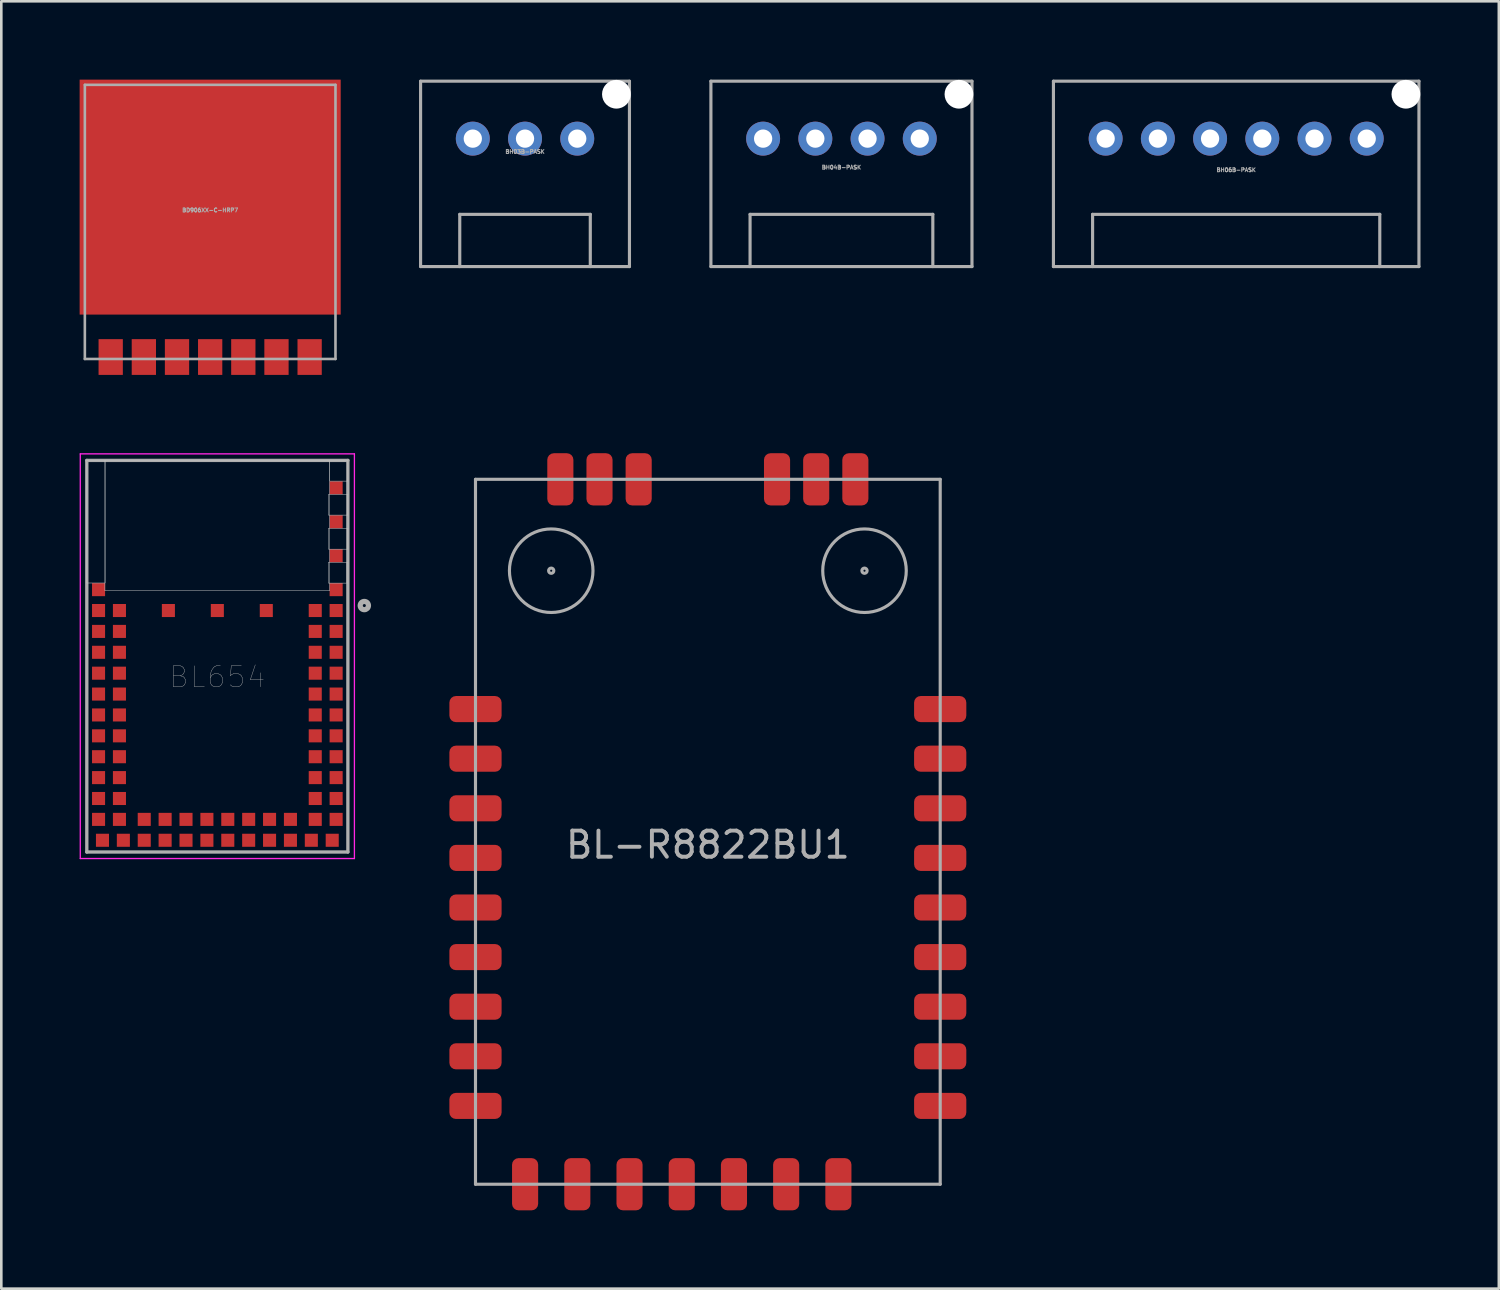
<source format=kicad_pcb>
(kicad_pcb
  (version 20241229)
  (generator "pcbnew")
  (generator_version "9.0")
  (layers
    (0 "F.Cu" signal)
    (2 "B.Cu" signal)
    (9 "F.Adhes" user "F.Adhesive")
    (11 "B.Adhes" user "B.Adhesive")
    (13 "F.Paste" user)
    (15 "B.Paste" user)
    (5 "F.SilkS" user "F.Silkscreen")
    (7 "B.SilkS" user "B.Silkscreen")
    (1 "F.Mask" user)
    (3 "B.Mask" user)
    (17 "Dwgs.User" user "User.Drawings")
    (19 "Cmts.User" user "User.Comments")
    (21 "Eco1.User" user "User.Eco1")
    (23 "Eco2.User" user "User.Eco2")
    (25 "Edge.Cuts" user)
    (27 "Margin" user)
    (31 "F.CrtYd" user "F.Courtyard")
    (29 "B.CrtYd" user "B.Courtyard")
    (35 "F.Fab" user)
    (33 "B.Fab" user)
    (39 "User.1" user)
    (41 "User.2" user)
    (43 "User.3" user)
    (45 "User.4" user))
  (footprint "BH06B-PASK"
    (layer "F.Cu")
    (at 44.3 2.26)
    (property "Reference" "BH06B-PASK" (at 0 1.2 0) (layer "F.Fab") (effects (font (size 0.15 0.15) (thickness 0.037))))
    (attr through_hole)
    (fp_line (start -7 -2.2) (end -7 4.9) (stroke (width 0.12) (type solid)) (layer "F.Fab"))
    (fp_line (start -7 4.9) (end 7 4.9) (stroke (width 0.12) (type solid)) (layer "F.Fab"))
    (fp_line (start -5.5 2.9) (end 5.5 2.9) (stroke (width 0.12) (type solid)) (layer "F.Fab"))
    (fp_line (start -5.5 4.9) (end -5.5 2.9) (stroke (width 0.12) (type solid)) (layer "F.Fab"))
    (fp_line (start 5.5 2.9) (end 5.5 4.9) (stroke (width 0.12) (type solid)) (layer "F.Fab"))
    (fp_line (start 7 -2.2) (end -7 -2.2) (stroke (width 0.12) (type solid)) (layer "F.Fab"))
    (fp_line (start 7 4.9) (end 7 -2.2) (stroke (width 0.12) (type solid)) (layer "F.Fab"))
    (pad "" np_thru_hole circle (at 6.5 -1.7) (size 1.1 1.1) (drill 1.1) (layers "*.Cu" "*.Mask"))
    (pad "1" thru_hole circle (at 5 0) (size 1.3 1.3) (drill 0.7) (layers "*.Cu" "*.Mask"))
    (pad "2" thru_hole circle (at 3 0) (size 1.3 1.3) (drill 0.7) (layers "*.Cu" "*.Mask"))
    (pad "3" thru_hole circle (at 1 0) (size 1.3 1.3) (drill 0.7) (layers "*.Cu" "*.Mask"))
    (pad "4" thru_hole circle (at -1 0) (size 1.3 1.3) (drill 0.7) (layers "*.Cu" "*.Mask"))
    (pad "5" thru_hole circle (at -3 0) (size 1.3 1.3) (drill 0.7) (layers "*.Cu" "*.Mask"))
    (pad "6" thru_hole circle (at -5 0) (size 1.3 1.3) (drill 0.7) (layers "*.Cu" "*.Mask")))
  (footprint "BL-R8822BU1"
    (layer "F.Cu")
    (at 24.063 28.81)
    (property "Reference" "BL-R8822BU1" (at 0 0.5 0) (layer "F.Fab") (effects (font (size 1 1) (thickness 0.15))))
    (attr through_hole)
    (fp_line (start -8.9 -13.5) (end -8.9 13.5) (stroke (width 0.12) (type solid)) (layer "F.Fab"))
    (fp_line (start -8.9 13.5) (end 8.9 13.5) (stroke (width 0.12) (type solid)) (layer "F.Fab"))
    (fp_line (start 8.9 -13.5) (end -8.9 -13.5) (stroke (width 0.12) (type solid)) (layer "F.Fab"))
    (fp_line (start 8.9 13.5) (end 8.9 -13.5) (stroke (width 0.12) (type solid)) (layer "F.Fab"))
    (fp_circle (center -6 -10) (end -5.9 -10) (stroke (width 0.12) (type solid)) (fill no) (layer "F.Fab"))
    (fp_circle (center -6 -10) (end -4.4 -10) (stroke (width 0.12) (type solid)) (fill no) (layer "F.Fab"))
    (fp_circle (center 6 -10) (end 6.1 -10) (stroke (width 0.12) (type solid)) (fill no) (layer "F.Fab"))
    (fp_circle (center 6 -10) (end 7.6 -10) (stroke (width 0.12) (type solid)) (fill no) (layer "F.Fab"))
    (pad "1" smd roundrect (at 5.65 -13.5) (size 1 2) (layers "F.Cu" "F.Mask" "F.Paste") (roundrect_rratio 0.25))
    (pad "2" smd roundrect (at 4.15 -13.5) (size 1 2) (layers "F.Cu" "F.Mask" "F.Paste") (roundrect_rratio 0.25))
    (pad "3" smd roundrect (at 2.65 -13.5) (size 1 2) (layers "F.Cu" "F.Mask" "F.Paste") (roundrect_rratio 0.25))
    (pad "4" smd roundrect (at -2.65 -13.5) (size 1 2) (layers "F.Cu" "F.Mask" "F.Paste") (roundrect_rratio 0.25))
    (pad "5" smd roundrect (at -4.15 -13.5) (size 1 2) (layers "F.Cu" "F.Mask" "F.Paste") (roundrect_rratio 0.25))
    (pad "6" smd roundrect (at -5.65 -13.5) (size 1 2) (layers "F.Cu" "F.Mask" "F.Paste") (roundrect_rratio 0.25))
    (pad "7" smd roundrect (at -8.9 -4.7 90) (size 1 2) (layers "F.Cu" "F.Mask" "F.Paste") (roundrect_rratio 0.25))
    (pad "8" smd roundrect (at -8.9 -2.8 90) (size 1 2) (layers "F.Cu" "F.Mask" "F.Paste") (roundrect_rratio 0.25))
    (pad "9" smd roundrect (at -8.9 -0.9 90) (size 1 2) (layers "F.Cu" "F.Mask" "F.Paste") (roundrect_rratio 0.25))
    (pad "10" smd roundrect (at -8.9 1 90) (size 1 2) (layers "F.Cu" "F.Mask" "F.Paste") (roundrect_rratio 0.25))
    (pad "11" smd roundrect (at -8.9 2.9 90) (size 1 2) (layers "F.Cu" "F.Mask" "F.Paste") (roundrect_rratio 0.25))
    (pad "12" smd roundrect (at -8.9 4.8 90) (size 1 2) (layers "F.Cu" "F.Mask" "F.Paste") (roundrect_rratio 0.25))
    (pad "13" smd roundrect (at -8.9 6.7 90) (size 1 2) (layers "F.Cu" "F.Mask" "F.Paste") (roundrect_rratio 0.25))
    (pad "14" smd roundrect (at -8.9 8.6 90) (size 1 2) (layers "F.Cu" "F.Mask" "F.Paste") (roundrect_rratio 0.25))
    (pad "15" smd roundrect (at -8.9 10.5 90) (size 1 2) (layers "F.Cu" "F.Mask" "F.Paste") (roundrect_rratio 0.25))
    (pad "16" smd roundrect (at -7 13.5) (size 1 2) (layers "F.Cu" "F.Mask" "F.Paste") (roundrect_rratio 0.25))
    (pad "17" smd roundrect (at -5 13.5) (size 1 2) (layers "F.Cu" "F.Mask" "F.Paste") (roundrect_rratio 0.25))
    (pad "18" smd roundrect (at -3 13.5) (size 1 2) (layers "F.Cu" "F.Mask" "F.Paste") (roundrect_rratio 0.25))
    (pad "19" smd roundrect (at -1 13.5) (size 1 2) (layers "F.Cu" "F.Mask" "F.Paste") (roundrect_rratio 0.25))
    (pad "20" smd roundrect (at 1 13.5) (size 1 2) (layers "F.Cu" "F.Mask" "F.Paste") (roundrect_rratio 0.25))
    (pad "21" smd roundrect (at 3 13.5) (size 1 2) (layers "F.Cu" "F.Mask" "F.Paste") (roundrect_rratio 0.25))
    (pad "22" smd roundrect (at 5 13.5) (size 1 2) (layers "F.Cu" "F.Mask" "F.Paste") (roundrect_rratio 0.25))
    (pad "23" smd roundrect (at 8.9 10.5 90) (size 1 2) (layers "F.Cu" "F.Mask" "F.Paste") (roundrect_rratio 0.25))
    (pad "24" smd roundrect (at 8.9 8.6 90) (size 1 2) (layers "F.Cu" "F.Mask" "F.Paste") (roundrect_rratio 0.25))
    (pad "25" smd roundrect (at 8.9 6.7 90) (size 1 2) (layers "F.Cu" "F.Mask" "F.Paste") (roundrect_rratio 0.25))
    (pad "26" smd roundrect (at 8.9 4.8 90) (size 1 2) (layers "F.Cu" "F.Mask" "F.Paste") (roundrect_rratio 0.25))
    (pad "27" smd roundrect (at 8.9 2.9 90) (size 1 2) (layers "F.Cu" "F.Mask" "F.Paste") (roundrect_rratio 0.25))
    (pad "28" smd roundrect (at 8.9 1 90) (size 1 2) (layers "F.Cu" "F.Mask" "F.Paste") (roundrect_rratio 0.25))
    (pad "29" smd roundrect (at 8.9 -0.9 90) (size 1 2) (layers "F.Cu" "F.Mask" "F.Paste") (roundrect_rratio 0.25))
    (pad "30" smd roundrect (at 8.9 -2.8 90) (size 1 2) (layers "F.Cu" "F.Mask" "F.Paste") (roundrect_rratio 0.25))
    (pad "31" smd roundrect (at 8.9 -4.7 90) (size 1 2) (layers "F.Cu" "F.Mask" "F.Paste") (roundrect_rratio 0.25)))
  (footprint "BH03B-PASK"
    (layer "F.Cu")
    (at 17.06 2.26)
    (property "Reference" "BH03B-PASK" (at 0 0.5 0) (layer "F.Fab") (effects (font (size 0.15 0.15) (thickness 0.037))))
    (attr through_hole)
    (fp_line (start -4 -2.2) (end -4 4.9) (stroke (width 0.12) (type solid)) (layer "F.Fab"))
    (fp_line (start -4 4.9) (end 4 4.9) (stroke (width 0.12) (type solid)) (layer "F.Fab"))
    (fp_line (start -2.5 2.9) (end 2.5 2.9) (stroke (width 0.12) (type solid)) (layer "F.Fab"))
    (fp_line (start -2.5 4.9) (end -2.5 2.9) (stroke (width 0.12) (type solid)) (layer "F.Fab"))
    (fp_line (start 2.5 2.9) (end 2.5 4.9) (stroke (width 0.12) (type solid)) (layer "F.Fab"))
    (fp_line (start 4 -2.2) (end -4 -2.2) (stroke (width 0.12) (type solid)) (layer "F.Fab"))
    (fp_line (start 4 4.9) (end 4 -2.2) (stroke (width 0.12) (type solid)) (layer "F.Fab"))
    (pad "" np_thru_hole circle (at 3.5 -1.7) (size 1.1 1.1) (drill 1.1) (layers "*.Cu" "*.Mask"))
    (pad "1" thru_hole circle (at 2 0) (size 1.3 1.3) (drill 0.7) (layers "*.Cu" "*.Mask"))
    (pad "2" thru_hole circle (at 0 0) (size 1.3 1.3) (drill 0.7) (layers "*.Cu" "*.Mask"))
    (pad "3" thru_hole circle (at -2 0) (size 1.3 1.3) (drill 0.7) (layers "*.Cu" "*.Mask")))
  (footprint "BD906XX-C-HRP7"
    (layer "F.Cu")
    (at 5 4.5)
    (property "Reference" "BD906XX-C-HRP7" (at 0 0.5 0) (layer "F.Fab") (effects (font (size 0.15 0.15) (thickness 0.037))))
    (attr through_hole)
    (fp_line (start -4.8 -4.3) (end -4.8 6.2) (stroke (width 0.1) (type solid)) (layer "F.Fab"))
    (fp_line (start -4.8 6.2) (end 4.8 6.2) (stroke (width 0.1) (type solid)) (layer "F.Fab"))
    (fp_line (start 4.8 -4.3) (end -4.8 -4.3) (stroke (width 0.1) (type solid)) (layer "F.Fab"))
    (fp_line (start 4.8 6.2) (end 4.8 -4.3) (stroke (width 0.1) (type solid)) (layer "F.Fab"))
    (pad "1" smd rect (at -3.81 6.125) (size 0.93 1.37) (layers "F.Cu" "F.Mask" "F.Paste"))
    (pad "2" smd rect (at -2.54 6.125) (size 0.93 1.37) (layers "F.Cu" "F.Mask" "F.Paste"))
    (pad "3" smd rect (at -1.27 6.125) (size 0.93 1.37) (layers "F.Cu" "F.Mask" "F.Paste"))
    (pad "4" smd rect (at 0 6.125) (size 0.93 1.37) (layers "F.Cu" "F.Mask" "F.Paste"))
    (pad "5" smd rect (at 1.27 6.125) (size 0.93 1.37) (layers "F.Cu" "F.Mask" "F.Paste"))
    (pad "6" smd rect (at 2.54 6.125) (size 0.93 1.37) (layers "F.Cu" "F.Mask" "F.Paste"))
    (pad "7" smd rect (at 3.81 6.125) (size 0.93 1.37) (layers "F.Cu" "F.Mask" "F.Paste"))
    (pad "EXP" smd rect (at 0 0) (size 10 9) (layers "F.Cu" "F.Mask" "F.Paste")))
  (footprint "BL654"
    (layer "F.Cu")
    (at 5.275 22.085)
    (property "Reference" "BL654" (at 0 0.8 0) (layer "F.Fab") (effects (font (size 0.803 0.803) (thickness 0.015))))
    (attr through_hole)
    (fp_poly (pts (xy -5.008 -7.5) (xy -4.3 -7.5) (xy -4.3 -2.804) (xy -5.008 -2.804)) (stroke (width 0.01) (type solid)) (fill no) (layer "Dwgs.User"))
    (fp_poly (pts (xy -5.007 -7.5) (xy -4.3 -7.5) (xy -4.3 -2.804) (xy -5.007 -2.804)) (stroke (width 0.01) (type solid)) (fill no) (layer "Dwgs.User"))
    (fp_poly (pts (xy -4.306 -7.5) (xy 4.3 -7.5) (xy 4.3 -2.503) (xy -4.306 -2.503)) (stroke (width 0.01) (type solid)) (fill no) (layer "Dwgs.User"))
    (fp_poly (pts (xy -4.305 -7.5) (xy 4.3 -7.5) (xy 4.3 -2.503) (xy -4.305 -2.503)) (stroke (width 0.01) (type solid)) (fill no) (layer "Dwgs.User"))
    (fp_poly (pts (xy 4.251 -3.6) (xy 5 -3.6) (xy 5 -2.8) (xy 4.251 -2.8)) (stroke (width 0.01) (type solid)) (fill no) (layer "Dwgs.User"))
    (fp_poly (pts (xy 4.252 -6.2) (xy 5 -6.2) (xy 5 -5.403) (xy 4.252 -5.403)) (stroke (width 0.01) (type solid)) (fill no) (layer "Dwgs.User"))
    (fp_poly (pts (xy 4.252 -4.9) (xy 5 -4.9) (xy 5 -4.102) (xy 4.252 -4.102)) (stroke (width 0.01) (type solid)) (fill no) (layer "Dwgs.User"))
    (fp_poly (pts (xy 4.255 -4.9) (xy 5 -4.9) (xy 5 -4.104) (xy 4.255 -4.104)) (stroke (width 0.01) (type solid)) (fill no) (layer "Dwgs.User"))
    (fp_poly (pts (xy 4.256 -3.6) (xy 4.95 -3.6) (xy 4.95 -2.804) (xy 4.256 -2.804)) (stroke (width 0.01) (type solid)) (fill no) (layer "Dwgs.User"))
    (fp_poly (pts (xy 4.256 -6.2) (xy 5 -6.2) (xy 5 -5.408) (xy 4.256 -5.408)) (stroke (width 0.01) (type solid)) (fill no) (layer "Dwgs.User"))
    (fp_poly (pts (xy 4.305 -7.5) (xy 5 -7.5) (xy 5 -6.707) (xy 4.305 -6.707)) (stroke (width 0.01) (type solid)) (fill no) (layer "Dwgs.User"))
    (fp_poly (pts (xy 4.308 -7.5) (xy 5 -7.5) (xy 5 -6.712) (xy 4.308 -6.712)) (stroke (width 0.01) (type solid)) (fill no) (layer "Dwgs.User"))
    (fp_line (start -5.25 -7.75) (end 5.25 -7.75) (stroke (width 0.05) (type solid)) (layer "F.CrtYd"))
    (fp_line (start -5.25 7.75) (end -5.25 -7.75) (stroke (width 0.05) (type solid)) (layer "F.CrtYd"))
    (fp_line (start 5.25 -7.75) (end 5.25 7.75) (stroke (width 0.05) (type solid)) (layer "F.CrtYd"))
    (fp_line (start 5.25 7.75) (end -5.25 7.75) (stroke (width 0.05) (type solid)) (layer "F.CrtYd"))
    (fp_line (start -5 -7.5) (end -5 7.5) (stroke (width 0.127) (type solid)) (layer "F.Fab"))
    (fp_line (start -5 7.5) (end 5 7.5) (stroke (width 0.127) (type solid)) (layer "F.Fab"))
    (fp_line (start 5 -7.5) (end -5 -7.5) (stroke (width 0.127) (type solid)) (layer "F.Fab"))
    (fp_line (start 5 7.5) (end 5 -7.5) (stroke (width 0.127) (type solid)) (layer "F.Fab"))
    (fp_circle (center 5.63 -1.94) (end 5.788 -1.94) (stroke (width 0.2) (type solid)) (fill no) (layer "F.Fab"))
    (pad "0" smd rect (at 4.55 -2.55) (size 0.5 0.5) (layers "F.Cu" "F.Mask" "F.Paste"))
    (pad "1" smd rect (at 4.55 -1.75) (size 0.5 0.5) (layers "F.Cu" "F.Mask" "F.Paste"))
    (pad "2" smd rect (at 3.75 -1.75) (size 0.5 0.5) (layers "F.Cu" "F.Mask" "F.Paste"))
    (pad "3" smd rect (at 4.55 -0.95) (size 0.5 0.5) (layers "F.Cu" "F.Mask" "F.Paste"))
    (pad "4" smd rect (at 3.75 -0.95) (size 0.5 0.5) (layers "F.Cu" "F.Mask" "F.Paste"))
    (pad "5" smd rect (at 4.55 -0.15) (size 0.5 0.5) (layers "F.Cu" "F.Mask" "F.Paste"))
    (pad "6" smd rect (at 3.75 -0.15) (size 0.5 0.5) (layers "F.Cu" "F.Mask" "F.Paste"))
    (pad "7" smd rect (at 4.55 0.65) (size 0.5 0.5) (layers "F.Cu" "F.Mask" "F.Paste"))
    (pad "8" smd rect (at 3.75 0.65) (size 0.5 0.5) (layers "F.Cu" "F.Mask" "F.Paste"))
    (pad "9" smd rect (at 4.55 1.45) (size 0.5 0.5) (layers "F.Cu" "F.Mask" "F.Paste"))
    (pad "10" smd rect (at 3.75 1.45) (size 0.5 0.5) (layers "F.Cu" "F.Mask" "F.Paste"))
    (pad "11" smd rect (at 4.55 2.25) (size 0.5 0.5) (layers "F.Cu" "F.Mask" "F.Paste"))
    (pad "12" smd rect (at 3.75 2.25) (size 0.5 0.5) (layers "F.Cu" "F.Mask" "F.Paste"))
    (pad "13" smd rect (at 4.55 3.05) (size 0.5 0.5) (layers "F.Cu" "F.Mask" "F.Paste"))
    (pad "14" smd rect (at 3.75 3.05) (size 0.5 0.5) (layers "F.Cu" "F.Mask" "F.Paste"))
    (pad "15" smd rect (at 4.55 3.85) (size 0.5 0.5) (layers "F.Cu" "F.Mask" "F.Paste"))
    (pad "16" smd rect (at 3.75 3.85) (size 0.5 0.5) (layers "F.Cu" "F.Mask" "F.Paste"))
    (pad "17" smd rect (at 4.55 4.65) (size 0.5 0.5) (layers "F.Cu" "F.Mask" "F.Paste"))
    (pad "18" smd rect (at 3.75 4.65) (size 0.5 0.5) (layers "F.Cu" "F.Mask" "F.Paste"))
    (pad "19" smd rect (at 4.55 5.45) (size 0.5 0.5) (layers "F.Cu" "F.Mask" "F.Paste"))
    (pad "20" smd rect (at 3.75 5.45) (size 0.5 0.5) (layers "F.Cu" "F.Mask" "F.Paste"))
    (pad "21" smd rect (at 4.55 6.25) (size 0.5 0.5) (layers "F.Cu" "F.Mask" "F.Paste"))
    (pad "22" smd rect (at 3.75 6.25) (size 0.5 0.5) (layers "F.Cu" "F.Mask" "F.Paste"))
    (pad "23" smd rect (at 4.4 7.05) (size 0.5 0.5) (layers "F.Cu" "F.Mask" "F.Paste"))
    (pad "24" smd rect (at 3.6 7.05) (size 0.5 0.5) (layers "F.Cu" "F.Mask" "F.Paste"))
    (pad "25" smd rect (at 2.8 7.05) (size 0.5 0.5) (layers "F.Cu" "F.Mask" "F.Paste"))
    (pad "26" smd rect (at 2.8 6.25) (size 0.5 0.5) (layers "F.Cu" "F.Mask" "F.Paste"))
    (pad "27" smd rect (at 2 7.05) (size 0.5 0.5) (layers "F.Cu" "F.Mask" "F.Paste"))
    (pad "28" smd rect (at 2 6.25) (size 0.5 0.5) (layers "F.Cu" "F.Mask" "F.Paste"))
    (pad "29" smd rect (at 1.2 7.05) (size 0.5 0.5) (layers "F.Cu" "F.Mask" "F.Paste"))
    (pad "30" smd rect (at 1.2 6.25) (size 0.5 0.5) (layers "F.Cu" "F.Mask" "F.Paste"))
    (pad "31" smd rect (at 0.4 7.05) (size 0.5 0.5) (layers "F.Cu" "F.Mask" "F.Paste"))
    (pad "32" smd rect (at 0.4 6.25) (size 0.5 0.5) (layers "F.Cu" "F.Mask" "F.Paste"))
    (pad "33" smd rect (at -0.4 7.05) (size 0.5 0.5) (layers "F.Cu" "F.Mask" "F.Paste"))
    (pad "34" smd rect (at -0.4 6.25) (size 0.5 0.5) (layers "F.Cu" "F.Mask" "F.Paste"))
    (pad "35" smd rect (at -1.2 7.05) (size 0.5 0.5) (layers "F.Cu" "F.Mask" "F.Paste"))
    (pad "36" smd rect (at -1.2 6.25) (size 0.5 0.5) (layers "F.Cu" "F.Mask" "F.Paste"))
    (pad "37" smd rect (at -2 7.05) (size 0.5 0.5) (layers "F.Cu" "F.Mask" "F.Paste"))
    (pad "38" smd rect (at -2 6.25) (size 0.5 0.5) (layers "F.Cu" "F.Mask" "F.Paste"))
    (pad "39" smd rect (at -2.8 7.05) (size 0.5 0.5) (layers "F.Cu" "F.Mask" "F.Paste"))
    (pad "40" smd rect (at -2.8 6.25) (size 0.5 0.5) (layers "F.Cu" "F.Mask" "F.Paste"))
    (pad "41" smd rect (at -3.6 7.05) (size 0.5 0.5) (layers "F.Cu" "F.Mask" "F.Paste"))
    (pad "42" smd rect (at -4.4 7.05) (size 0.5 0.5) (layers "F.Cu" "F.Mask" "F.Paste"))
    (pad "43" smd rect (at -4.55 6.25) (size 0.5 0.5) (layers "F.Cu" "F.Mask" "F.Paste"))
    (pad "44" smd rect (at -3.75 6.25) (size 0.5 0.5) (layers "F.Cu" "F.Mask" "F.Paste"))
    (pad "45" smd rect (at -4.55 5.45) (size 0.5 0.5) (layers "F.Cu" "F.Mask" "F.Paste"))
    (pad "46" smd rect (at -3.75 5.45) (size 0.5 0.5) (layers "F.Cu" "F.Mask" "F.Paste"))
    (pad "47" smd rect (at -4.55 4.65) (size 0.5 0.5) (layers "F.Cu" "F.Mask" "F.Paste"))
    (pad "48" smd rect (at -3.75 4.65) (size 0.5 0.5) (layers "F.Cu" "F.Mask" "F.Paste"))
    (pad "49" smd rect (at -4.55 3.85) (size 0.5 0.5) (layers "F.Cu" "F.Mask" "F.Paste"))
    (pad "50" smd rect (at -3.75 3.85) (size 0.5 0.5) (layers "F.Cu" "F.Mask" "F.Paste"))
    (pad "51" smd rect (at -4.55 3.05) (size 0.5 0.5) (layers "F.Cu" "F.Mask" "F.Paste"))
    (pad "52" smd rect (at -3.75 3.05) (size 0.5 0.5) (layers "F.Cu" "F.Mask" "F.Paste"))
    (pad "53" smd rect (at -4.55 2.25) (size 0.5 0.5) (layers "F.Cu" "F.Mask" "F.Paste"))
    (pad "54" smd rect (at -3.75 2.25) (size 0.5 0.5) (layers "F.Cu" "F.Mask" "F.Paste"))
    (pad "55" smd rect (at -4.55 1.45) (size 0.5 0.5) (layers "F.Cu" "F.Mask" "F.Paste"))
    (pad "56" smd rect (at -3.75 1.45) (size 0.5 0.5) (layers "F.Cu" "F.Mask" "F.Paste"))
    (pad "57" smd rect (at -4.55 0.65) (size 0.5 0.5) (layers "F.Cu" "F.Mask" "F.Paste"))
    (pad "58" smd rect (at -3.75 0.65) (size 0.5 0.5) (layers "F.Cu" "F.Mask" "F.Paste"))
    (pad "59" smd rect (at -4.55 -0.15) (size 0.5 0.5) (layers "F.Cu" "F.Mask" "F.Paste"))
    (pad "60" smd rect (at -3.75 -0.15) (size 0.5 0.5) (layers "F.Cu" "F.Mask" "F.Paste"))
    (pad "61" smd rect (at -4.55 -0.95) (size 0.5 0.5) (layers "F.Cu" "F.Mask" "F.Paste"))
    (pad "62" smd rect (at -3.75 -0.95) (size 0.5 0.5) (layers "F.Cu" "F.Mask" "F.Paste"))
    (pad "63" smd rect (at -4.55 -1.75) (size 0.5 0.5) (layers "F.Cu" "F.Mask" "F.Paste"))
    (pad "64" smd rect (at -3.75 -1.75) (size 0.5 0.5) (layers "F.Cu" "F.Mask" "F.Paste"))
    (pad "65" smd rect (at -4.55 -2.55) (size 0.5 0.5) (layers "F.Cu" "F.Mask" "F.Paste"))
    (pad "66" smd rect (at 4.55 -3.85) (size 0.5 0.5) (layers "F.Cu" "F.Mask" "F.Paste"))
    (pad "67" smd rect (at 4.55 -5.15) (size 0.5 0.5) (layers "F.Cu" "F.Mask" "F.Paste"))
    (pad "68" smd rect (at 4.55 -6.45) (size 0.5 0.5) (layers "F.Cu" "F.Mask" "F.Paste"))
    (pad "69" smd rect (at 1.875 -1.75) (size 0.5 0.5) (layers "F.Cu" "F.Mask" "F.Paste"))
    (pad "70" smd rect (at 0 -1.75) (size 0.5 0.5) (layers "F.Cu" "F.Mask" "F.Paste"))
    (pad "71" smd rect (at -1.875 -1.75) (size 0.5 0.5) (layers "F.Cu" "F.Mask" "F.Paste")))
  (footprint "BH04B-PASK"
    (layer "F.Cu")
    (at 29.18 2.26)
    (property "Reference" "BH04B-PASK" (at 0 1.1 0) (layer "F.Fab") (effects (font (size 0.15 0.15) (thickness 0.037))))
    (attr through_hole)
    (fp_line (start -5 -2.2) (end -5 4.9) (stroke (width 0.12) (type solid)) (layer "F.Fab"))
    (fp_line (start -5 4.9) (end 5 4.9) (stroke (width 0.12) (type solid)) (layer "F.Fab"))
    (fp_line (start -3.5 2.9) (end 3.5 2.9) (stroke (width 0.12) (type solid)) (layer "F.Fab"))
    (fp_line (start -3.5 4.9) (end -3.5 2.9) (stroke (width 0.12) (type solid)) (layer "F.Fab"))
    (fp_line (start 3.5 2.9) (end 3.5 4.9) (stroke (width 0.12) (type solid)) (layer "F.Fab"))
    (fp_line (start 5 -2.2) (end -5 -2.2) (stroke (width 0.12) (type solid)) (layer "F.Fab"))
    (fp_line (start 5 4.9) (end 5 -2.2) (stroke (width 0.12) (type solid)) (layer "F.Fab"))
    (pad "" np_thru_hole circle (at 4.5 -1.7) (size 1.1 1.1) (drill 1.1) (layers "*.Cu" "*.Mask"))
    (pad "1" thru_hole circle (at 3 0) (size 1.3 1.3) (drill 0.7) (layers "*.Cu" "*.Mask"))
    (pad "2" thru_hole circle (at 1 0) (size 1.3 1.3) (drill 0.7) (layers "*.Cu" "*.Mask"))
    (pad "3" thru_hole circle (at -1 0) (size 1.3 1.3) (drill 0.7) (layers "*.Cu" "*.Mask"))
    (pad "4" thru_hole circle (at -3 0) (size 1.3 1.3) (drill 0.7) (layers "*.Cu" "*.Mask")))
  (gr_rect
    (start -3 -3)
    (end 54.36 46.31)
    (stroke (width 0.1) (type default))
    (fill no)
    (layer "Edge.Cuts")))
</source>
